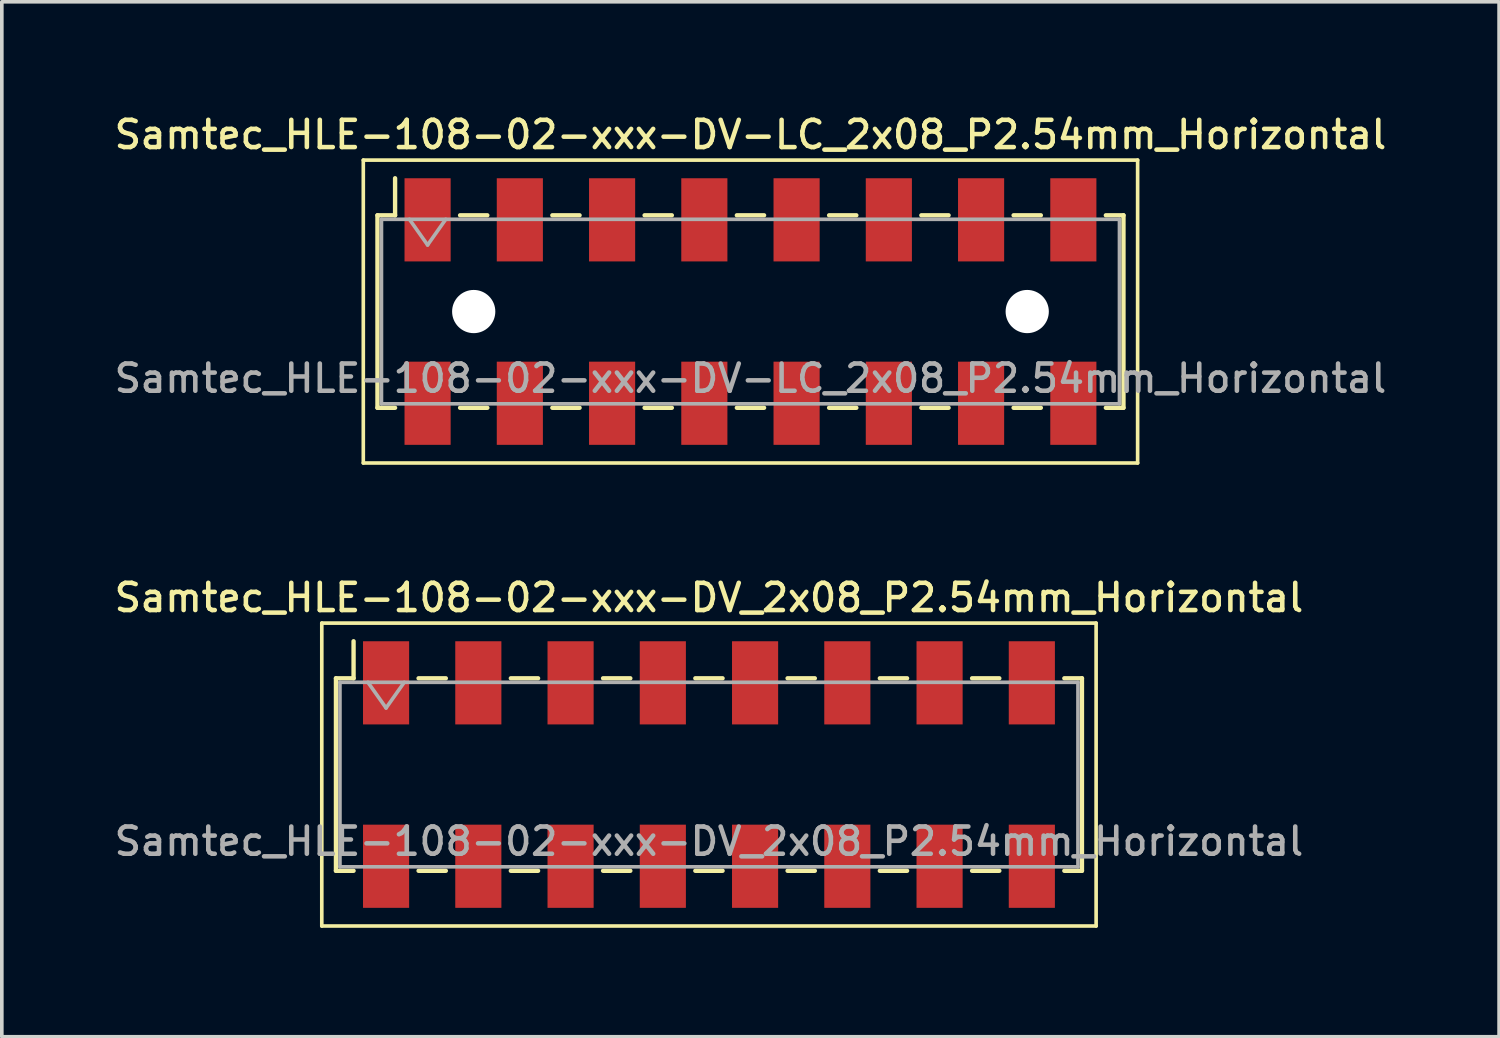
<source format=kicad_pcb>
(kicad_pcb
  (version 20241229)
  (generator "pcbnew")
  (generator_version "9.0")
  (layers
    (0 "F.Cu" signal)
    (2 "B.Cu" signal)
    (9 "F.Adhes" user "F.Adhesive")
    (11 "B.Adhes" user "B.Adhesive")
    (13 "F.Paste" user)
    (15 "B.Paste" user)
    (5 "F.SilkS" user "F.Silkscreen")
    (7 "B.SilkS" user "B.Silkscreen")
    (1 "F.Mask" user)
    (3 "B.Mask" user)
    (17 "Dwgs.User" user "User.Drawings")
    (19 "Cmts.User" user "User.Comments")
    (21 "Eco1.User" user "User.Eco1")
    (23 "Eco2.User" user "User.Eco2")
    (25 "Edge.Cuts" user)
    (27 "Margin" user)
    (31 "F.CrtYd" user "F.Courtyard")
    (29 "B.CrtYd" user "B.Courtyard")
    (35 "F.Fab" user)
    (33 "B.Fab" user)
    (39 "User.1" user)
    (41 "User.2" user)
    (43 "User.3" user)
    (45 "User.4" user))
  (footprint "Samtec_HLE-108-02-xxx-DV_2x08_P2.54mm_Horizontal"
    (layer "F.Cu")
    (at 16.47 18.276)
    (property "Reference" "Samtec_HLE-108-02-xxx-DV_2x08_P2.54mm_Horizontal" (at 0 -4.87 0) (layer "F.SilkS") (effects (font (size 0.75 0.75) (thickness 0.125))))
    (attr smd)
    (fp_line (start -10.66 -4.17) (end 10.66 -4.17) (stroke (width 0.1) (type solid)) (layer "F.SilkS"))
    (fp_line (start -10.66 4.17) (end -10.66 -4.17) (stroke (width 0.1) (type solid)) (layer "F.SilkS"))
    (fp_line (start -10.27 -2.65) (end -10.27 2.65) (stroke (width 0.12) (type solid)) (layer "F.SilkS"))
    (fp_line (start -10.27 2.65) (end -9.785 2.65) (stroke (width 0.12) (type solid)) (layer "F.SilkS"))
    (fp_line (start -9.785 -3.67) (end -9.785 -2.65) (stroke (width 0.12) (type solid)) (layer "F.SilkS"))
    (fp_line (start -9.785 -2.65) (end -10.27 -2.65) (stroke (width 0.12) (type solid)) (layer "F.SilkS"))
    (fp_line (start -7.995 -2.65) (end -7.245 -2.65) (stroke (width 0.12) (type solid)) (layer "F.SilkS"))
    (fp_line (start -7.995 2.65) (end -7.245 2.65) (stroke (width 0.12) (type solid)) (layer "F.SilkS"))
    (fp_line (start -5.455 -2.65) (end -4.705 -2.65) (stroke (width 0.12) (type solid)) (layer "F.SilkS"))
    (fp_line (start -5.455 2.65) (end -4.705 2.65) (stroke (width 0.12) (type solid)) (layer "F.SilkS"))
    (fp_line (start -2.915 -2.65) (end -2.165 -2.65) (stroke (width 0.12) (type solid)) (layer "F.SilkS"))
    (fp_line (start -2.915 2.65) (end -2.165 2.65) (stroke (width 0.12) (type solid)) (layer "F.SilkS"))
    (fp_line (start -0.375 -2.65) (end 0.375 -2.65) (stroke (width 0.12) (type solid)) (layer "F.SilkS"))
    (fp_line (start -0.375 2.65) (end 0.375 2.65) (stroke (width 0.12) (type solid)) (layer "F.SilkS"))
    (fp_line (start 2.165 -2.65) (end 2.915 -2.65) (stroke (width 0.12) (type solid)) (layer "F.SilkS"))
    (fp_line (start 2.165 2.65) (end 2.915 2.65) (stroke (width 0.12) (type solid)) (layer "F.SilkS"))
    (fp_line (start 4.705 -2.65) (end 5.455 -2.65) (stroke (width 0.12) (type solid)) (layer "F.SilkS"))
    (fp_line (start 4.705 2.65) (end 5.455 2.65) (stroke (width 0.12) (type solid)) (layer "F.SilkS"))
    (fp_line (start 7.245 -2.65) (end 7.995 -2.65) (stroke (width 0.12) (type solid)) (layer "F.SilkS"))
    (fp_line (start 7.245 2.65) (end 7.995 2.65) (stroke (width 0.12) (type solid)) (layer "F.SilkS"))
    (fp_line (start 9.785 -2.65) (end 10.27 -2.65) (stroke (width 0.12) (type solid)) (layer "F.SilkS"))
    (fp_line (start 10.27 -2.65) (end 10.27 2.65) (stroke (width 0.12) (type solid)) (layer "F.SilkS"))
    (fp_line (start 10.27 2.65) (end 9.785 2.65) (stroke (width 0.12) (type solid)) (layer "F.SilkS"))
    (fp_line (start 10.66 -4.17) (end 10.66 4.17) (stroke (width 0.1) (type solid)) (layer "F.SilkS"))
    (fp_line (start 10.66 4.17) (end -10.66 4.17) (stroke (width 0.1) (type solid)) (layer "F.SilkS"))
    (fp_line (start -10.16 -2.54) (end 10.16 -2.54) (stroke (width 0.1) (type solid)) (layer "F.Fab"))
    (fp_line (start -10.16 2.54) (end -10.16 -2.54) (stroke (width 0.1) (type solid)) (layer "F.Fab"))
    (fp_line (start -9.39 -2.54) (end -8.89 -1.833) (stroke (width 0.1) (type solid)) (layer "F.Fab"))
    (fp_line (start -8.89 -1.833) (end -8.39 -2.54) (stroke (width 0.1) (type solid)) (layer "F.Fab"))
    (fp_line (start 10.16 -2.54) (end 10.16 2.54) (stroke (width 0.1) (type solid)) (layer "F.Fab"))
    (fp_line (start 10.16 2.54) (end -10.16 2.54) (stroke (width 0.1) (type solid)) (layer "F.Fab"))
    (fp_text user "${REFERENCE}" (at 0 1.84 0) (layer "F.Fab") (effects (font (size 0.75 0.75) (thickness 0.125))))
    (pad "1" smd rect (at -8.89 -2.525) (size 1.27 2.29) (layers "F.Cu" "F.Mask" "F.Paste"))
    (pad "2" smd rect (at -8.89 2.525) (size 1.27 2.29) (layers "F.Cu" "F.Mask" "F.Paste"))
    (pad "3" smd rect (at -6.35 -2.525) (size 1.27 2.29) (layers "F.Cu" "F.Mask" "F.Paste"))
    (pad "4" smd rect (at -6.35 2.525) (size 1.27 2.29) (layers "F.Cu" "F.Mask" "F.Paste"))
    (pad "5" smd rect (at -3.81 -2.525) (size 1.27 2.29) (layers "F.Cu" "F.Mask" "F.Paste"))
    (pad "6" smd rect (at -3.81 2.525) (size 1.27 2.29) (layers "F.Cu" "F.Mask" "F.Paste"))
    (pad "7" smd rect (at -1.27 -2.525) (size 1.27 2.29) (layers "F.Cu" "F.Mask" "F.Paste"))
    (pad "8" smd rect (at -1.27 2.525) (size 1.27 2.29) (layers "F.Cu" "F.Mask" "F.Paste"))
    (pad "9" smd rect (at 1.27 -2.525) (size 1.27 2.29) (layers "F.Cu" "F.Mask" "F.Paste"))
    (pad "10" smd rect (at 1.27 2.525) (size 1.27 2.29) (layers "F.Cu" "F.Mask" "F.Paste"))
    (pad "11" smd rect (at 3.81 -2.525) (size 1.27 2.29) (layers "F.Cu" "F.Mask" "F.Paste"))
    (pad "12" smd rect (at 3.81 2.525) (size 1.27 2.29) (layers "F.Cu" "F.Mask" "F.Paste"))
    (pad "13" smd rect (at 6.35 -2.525) (size 1.27 2.29) (layers "F.Cu" "F.Mask" "F.Paste"))
    (pad "14" smd rect (at 6.35 2.525) (size 1.27 2.29) (layers "F.Cu" "F.Mask" "F.Paste"))
    (pad "15" smd rect (at 8.89 -2.525) (size 1.27 2.29) (layers "F.Cu" "F.Mask" "F.Paste"))
    (pad "16" smd rect (at 8.89 2.525) (size 1.27 2.29) (layers "F.Cu" "F.Mask" "F.Paste")))
  (footprint "Samtec_HLE-108-02-xxx-DV-LC_2x08_P2.54mm_Horizontal"
    (layer "F.Cu")
    (at 17.613 5.528)
    (property "Reference" "Samtec_HLE-108-02-xxx-DV-LC_2x08_P2.54mm_Horizontal" (at 0 -4.87 0) (layer "F.SilkS") (effects (font (size 0.75 0.75) (thickness 0.125))))
    (attr smd)
    (fp_line (start -10.66 -4.17) (end 10.66 -4.17) (stroke (width 0.1) (type solid)) (layer "F.SilkS"))
    (fp_line (start -10.66 4.17) (end -10.66 -4.17) (stroke (width 0.1) (type solid)) (layer "F.SilkS"))
    (fp_line (start -10.27 -2.65) (end -10.27 2.65) (stroke (width 0.12) (type solid)) (layer "F.SilkS"))
    (fp_line (start -10.27 2.65) (end -9.785 2.65) (stroke (width 0.12) (type solid)) (layer "F.SilkS"))
    (fp_line (start -9.785 -3.67) (end -9.785 -2.65) (stroke (width 0.12) (type solid)) (layer "F.SilkS"))
    (fp_line (start -9.785 -2.65) (end -10.27 -2.65) (stroke (width 0.12) (type solid)) (layer "F.SilkS"))
    (fp_line (start -7.995 -2.65) (end -7.245 -2.65) (stroke (width 0.12) (type solid)) (layer "F.SilkS"))
    (fp_line (start -7.995 2.65) (end -7.245 2.65) (stroke (width 0.12) (type solid)) (layer "F.SilkS"))
    (fp_line (start -5.455 -2.65) (end -4.705 -2.65) (stroke (width 0.12) (type solid)) (layer "F.SilkS"))
    (fp_line (start -5.455 2.65) (end -4.705 2.65) (stroke (width 0.12) (type solid)) (layer "F.SilkS"))
    (fp_line (start -2.915 -2.65) (end -2.165 -2.65) (stroke (width 0.12) (type solid)) (layer "F.SilkS"))
    (fp_line (start -2.915 2.65) (end -2.165 2.65) (stroke (width 0.12) (type solid)) (layer "F.SilkS"))
    (fp_line (start -0.375 -2.65) (end 0.375 -2.65) (stroke (width 0.12) (type solid)) (layer "F.SilkS"))
    (fp_line (start -0.375 2.65) (end 0.375 2.65) (stroke (width 0.12) (type solid)) (layer "F.SilkS"))
    (fp_line (start 2.165 -2.65) (end 2.915 -2.65) (stroke (width 0.12) (type solid)) (layer "F.SilkS"))
    (fp_line (start 2.165 2.65) (end 2.915 2.65) (stroke (width 0.12) (type solid)) (layer "F.SilkS"))
    (fp_line (start 4.705 -2.65) (end 5.455 -2.65) (stroke (width 0.12) (type solid)) (layer "F.SilkS"))
    (fp_line (start 4.705 2.65) (end 5.455 2.65) (stroke (width 0.12) (type solid)) (layer "F.SilkS"))
    (fp_line (start 7.245 -2.65) (end 7.995 -2.65) (stroke (width 0.12) (type solid)) (layer "F.SilkS"))
    (fp_line (start 7.245 2.65) (end 7.995 2.65) (stroke (width 0.12) (type solid)) (layer "F.SilkS"))
    (fp_line (start 9.785 -2.65) (end 10.27 -2.65) (stroke (width 0.12) (type solid)) (layer "F.SilkS"))
    (fp_line (start 10.27 -2.65) (end 10.27 2.65) (stroke (width 0.12) (type solid)) (layer "F.SilkS"))
    (fp_line (start 10.27 2.65) (end 9.785 2.65) (stroke (width 0.12) (type solid)) (layer "F.SilkS"))
    (fp_line (start 10.66 -4.17) (end 10.66 4.17) (stroke (width 0.1) (type solid)) (layer "F.SilkS"))
    (fp_line (start 10.66 4.17) (end -10.66 4.17) (stroke (width 0.1) (type solid)) (layer "F.SilkS"))
    (fp_line (start -10.16 -2.54) (end 10.16 -2.54) (stroke (width 0.1) (type solid)) (layer "F.Fab"))
    (fp_line (start -10.16 2.54) (end -10.16 -2.54) (stroke (width 0.1) (type solid)) (layer "F.Fab"))
    (fp_line (start -9.39 -2.54) (end -8.89 -1.833) (stroke (width 0.1) (type solid)) (layer "F.Fab"))
    (fp_line (start -8.89 -1.833) (end -8.39 -2.54) (stroke (width 0.1) (type solid)) (layer "F.Fab"))
    (fp_line (start 10.16 -2.54) (end 10.16 2.54) (stroke (width 0.1) (type solid)) (layer "F.Fab"))
    (fp_line (start 10.16 2.54) (end -10.16 2.54) (stroke (width 0.1) (type solid)) (layer "F.Fab"))
    (fp_text user "${REFERENCE}" (at 0 1.84 0) (layer "F.Fab") (effects (font (size 0.75 0.75) (thickness 0.125))))
    (pad "" np_thru_hole circle (at -7.62 0) (size 1.19 1.19) (drill 1.19) (layers "*.Cu" "*.Mask"))
    (pad "" np_thru_hole circle (at 7.62 0) (size 1.19 1.19) (drill 1.19) (layers "*.Cu" "*.Mask"))
    (pad "1" smd rect (at -8.89 -2.525) (size 1.27 2.29) (layers "F.Cu" "F.Mask" "F.Paste"))
    (pad "2" smd rect (at -8.89 2.525) (size 1.27 2.29) (layers "F.Cu" "F.Mask" "F.Paste"))
    (pad "3" smd rect (at -6.35 -2.525) (size 1.27 2.29) (layers "F.Cu" "F.Mask" "F.Paste"))
    (pad "4" smd rect (at -6.35 2.525) (size 1.27 2.29) (layers "F.Cu" "F.Mask" "F.Paste"))
    (pad "5" smd rect (at -3.81 -2.525) (size 1.27 2.29) (layers "F.Cu" "F.Mask" "F.Paste"))
    (pad "6" smd rect (at -3.81 2.525) (size 1.27 2.29) (layers "F.Cu" "F.Mask" "F.Paste"))
    (pad "7" smd rect (at -1.27 -2.525) (size 1.27 2.29) (layers "F.Cu" "F.Mask" "F.Paste"))
    (pad "8" smd rect (at -1.27 2.525) (size 1.27 2.29) (layers "F.Cu" "F.Mask" "F.Paste"))
    (pad "9" smd rect (at 1.27 -2.525) (size 1.27 2.29) (layers "F.Cu" "F.Mask" "F.Paste"))
    (pad "10" smd rect (at 1.27 2.525) (size 1.27 2.29) (layers "F.Cu" "F.Mask" "F.Paste"))
    (pad "11" smd rect (at 3.81 -2.525) (size 1.27 2.29) (layers "F.Cu" "F.Mask" "F.Paste"))
    (pad "12" smd rect (at 3.81 2.525) (size 1.27 2.29) (layers "F.Cu" "F.Mask" "F.Paste"))
    (pad "13" smd rect (at 6.35 -2.525) (size 1.27 2.29) (layers "F.Cu" "F.Mask" "F.Paste"))
    (pad "14" smd rect (at 6.35 2.525) (size 1.27 2.29) (layers "F.Cu" "F.Mask" "F.Paste"))
    (pad "15" smd rect (at 8.89 -2.525) (size 1.27 2.29) (layers "F.Cu" "F.Mask" "F.Paste"))
    (pad "16" smd rect (at 8.89 2.525) (size 1.27 2.29) (layers "F.Cu" "F.Mask" "F.Paste")))
  (gr_rect
    (start -3 -3)
    (end 38.225 25.496)
    (stroke (width 0.1) (type default))
    (fill no)
    (layer "Edge.Cuts")))
</source>
